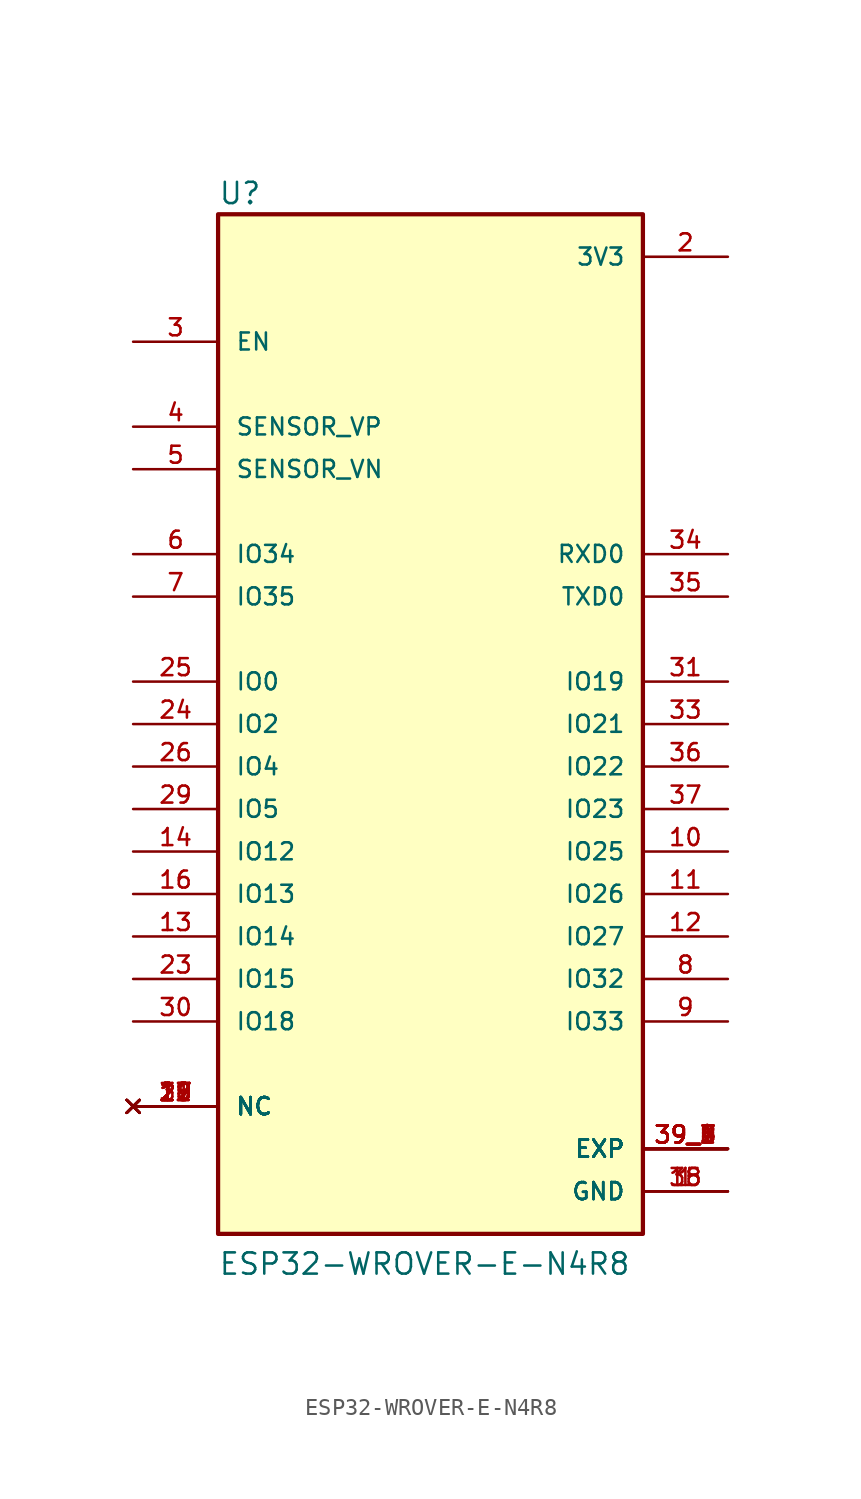
<source format=kicad_sym>
(kicad_symbol_lib
  (version 20211014)
  (generator kicad_symbol_editor)
  (symbol "ESP32-WROVER-E-N4R8"
    (pin_names
      (offset 1.016))
    (property "Reference" "U"
      (at -12.7 30.988 0)
      (effects (font (size 1.27 1.27)) (justify left bottom)))
    (property "Value" "ESP32-WROVER-E-N4R8"
      (at -12.7 -33.02 0)
      (effects (font (size 1.27 1.27)) (justify left bottom)))
    (property "ki_locked" ""
      (at 0 0 0)
      (effects (font (size 1.27 1.27))))
    (symbol "ESP32-WROVER-E-N4R8_0_0"
      (rectangle (start -12.7 -30.48) (end 12.7 30.48) (stroke (width 0.254) (type default) (color 0 0 0 0)) (fill (type background)))
      (pin power_in line (at 17.78 -27.94 180) (length 5.08) (name "GND" (effects (font (size 1.016 1.016)))) (number "1" (effects (font (size 1.016 1.016)))))
      (pin bidirectional line (at 17.78 -7.62 180) (length 5.08) (name "IO25" (effects (font (size 1.016 1.016)))) (number "10" (effects (font (size 1.016 1.016)))))
      (pin bidirectional line (at 17.78 -10.16 180) (length 5.08) (name "IO26" (effects (font (size 1.016 1.016)))) (number "11" (effects (font (size 1.016 1.016)))))
      (pin bidirectional line (at 17.78 -12.7 180) (length 5.08) (name "IO27" (effects (font (size 1.016 1.016)))) (number "12" (effects (font (size 1.016 1.016)))))
      (pin bidirectional line (at -17.78 -12.7 0) (length 5.08) (name "IO14" (effects (font (size 1.016 1.016)))) (number "13" (effects (font (size 1.016 1.016)))))
      (pin bidirectional line (at -17.78 -7.62 0) (length 5.08) (name "IO12" (effects (font (size 1.016 1.016)))) (number "14" (effects (font (size 1.016 1.016)))))
      (pin power_in line (at 17.78 -27.94 180) (length 5.08) (name "GND" (effects (font (size 1.016 1.016)))) (number "15" (effects (font (size 1.016 1.016)))))
      (pin bidirectional line (at -17.78 -10.16 0) (length 5.08) (name "IO13" (effects (font (size 1.016 1.016)))) (number "16" (effects (font (size 1.016 1.016)))))
      (pin no_connect line (at -17.78 -22.86 0) (length 5.08) (name "NC" (effects (font (size 1.016 1.016)))) (number "17" (effects (font (size 1.016 1.016)))))
      (pin no_connect line (at -17.78 -22.86 0) (length 5.08) (name "NC" (effects (font (size 1.016 1.016)))) (number "18" (effects (font (size 1.016 1.016)))))
      (pin no_connect line (at -17.78 -22.86 0) (length 5.08) (name "NC" (effects (font (size 1.016 1.016)))) (number "19" (effects (font (size 1.016 1.016)))))
      (pin power_in line (at 17.78 27.94 180) (length 5.08) (name "3V3" (effects (font (size 1.016 1.016)))) (number "2" (effects (font (size 1.016 1.016)))))
      (pin no_connect line (at -17.78 -22.86 0) (length 5.08) (name "NC" (effects (font (size 1.016 1.016)))) (number "20" (effects (font (size 1.016 1.016)))))
      (pin no_connect line (at -17.78 -22.86 0) (length 5.08) (name "NC" (effects (font (size 1.016 1.016)))) (number "21" (effects (font (size 1.016 1.016)))))
      (pin no_connect line (at -17.78 -22.86 0) (length 5.08) (name "NC" (effects (font (size 1.016 1.016)))) (number "22" (effects (font (size 1.016 1.016)))))
      (pin bidirectional line (at -17.78 -15.24 0) (length 5.08) (name "IO15" (effects (font (size 1.016 1.016)))) (number "23" (effects (font (size 1.016 1.016)))))
      (pin bidirectional line (at -17.78 0 0) (length 5.08) (name "IO2" (effects (font (size 1.016 1.016)))) (number "24" (effects (font (size 1.016 1.016)))))
      (pin bidirectional line (at -17.78 2.54 0) (length 5.08) (name "IO0" (effects (font (size 1.016 1.016)))) (number "25" (effects (font (size 1.016 1.016)))))
      (pin bidirectional line (at -17.78 -2.54 0) (length 5.08) (name "IO4" (effects (font (size 1.016 1.016)))) (number "26" (effects (font (size 1.016 1.016)))))
      (pin no_connect line (at -17.78 -22.86 0) (length 5.08) (name "NC" (effects (font (size 1.016 1.016)))) (number "27" (effects (font (size 1.016 1.016)))))
      (pin no_connect line (at -17.78 -22.86 0) (length 5.08) (name "NC" (effects (font (size 1.016 1.016)))) (number "28" (effects (font (size 1.016 1.016)))))
      (pin bidirectional line (at -17.78 -5.08 0) (length 5.08) (name "IO5" (effects (font (size 1.016 1.016)))) (number "29" (effects (font (size 1.016 1.016)))))
      (pin input line (at -17.78 22.86 0) (length 5.08) (name "EN" (effects (font (size 1.016 1.016)))) (number "3" (effects (font (size 1.016 1.016)))))
      (pin bidirectional line (at -17.78 -17.78 0) (length 5.08) (name "IO18" (effects (font (size 1.016 1.016)))) (number "30" (effects (font (size 1.016 1.016)))))
      (pin bidirectional line (at 17.78 2.54 180) (length 5.08) (name "IO19" (effects (font (size 1.016 1.016)))) (number "31" (effects (font (size 1.016 1.016)))))
      (pin no_connect line (at -17.78 -22.86 0) (length 5.08) (name "NC" (effects (font (size 1.016 1.016)))) (number "32" (effects (font (size 1.016 1.016)))))
      (pin bidirectional line (at 17.78 0 180) (length 5.08) (name "IO21" (effects (font (size 1.016 1.016)))) (number "33" (effects (font (size 1.016 1.016)))))
      (pin bidirectional line (at 17.78 10.16 180) (length 5.08) (name "RXD0" (effects (font (size 1.016 1.016)))) (number "34" (effects (font (size 1.016 1.016)))))
      (pin bidirectional line (at 17.78 7.62 180) (length 5.08) (name "TXD0" (effects (font (size 1.016 1.016)))) (number "35" (effects (font (size 1.016 1.016)))))
      (pin bidirectional line (at 17.78 -2.54 180) (length 5.08) (name "IO22" (effects (font (size 1.016 1.016)))) (number "36" (effects (font (size 1.016 1.016)))))
      (pin bidirectional line (at 17.78 -5.08 180) (length 5.08) (name "IO23" (effects (font (size 1.016 1.016)))) (number "37" (effects (font (size 1.016 1.016)))))
      (pin power_in line (at 17.78 -27.94 180) (length 5.08) (name "GND" (effects (font (size 1.016 1.016)))) (number "38" (effects (font (size 1.016 1.016)))))
      (pin power_in line (at 17.78 -25.4 180) (length 5.08) (name "EXP" (effects (font (size 1.016 1.016)))) (number "39_1" (effects (font (size 1.016 1.016)))))
      (pin power_in line (at 17.78 -25.4 180) (length 5.08) (name "EXP" (effects (font (size 1.016 1.016)))) (number "39_2" (effects (font (size 1.016 1.016)))))
      (pin power_in line (at 17.78 -25.4 180) (length 5.08) (name "EXP" (effects (font (size 1.016 1.016)))) (number "39_3" (effects (font (size 1.016 1.016)))))
      (pin power_in line (at 17.78 -25.4 180) (length 5.08) (name "EXP" (effects (font (size 1.016 1.016)))) (number "39_4" (effects (font (size 1.016 1.016)))))
      (pin power_in line (at 17.78 -25.4 180) (length 5.08) (name "EXP" (effects (font (size 1.016 1.016)))) (number "39_5" (effects (font (size 1.016 1.016)))))
      (pin power_in line (at 17.78 -25.4 180) (length 5.08) (name "EXP" (effects (font (size 1.016 1.016)))) (number "39_6" (effects (font (size 1.016 1.016)))))
      (pin power_in line (at 17.78 -25.4 180) (length 5.08) (name "EXP" (effects (font (size 1.016 1.016)))) (number "39_7" (effects (font (size 1.016 1.016)))))
      (pin power_in line (at 17.78 -25.4 180) (length 5.08) (name "EXP" (effects (font (size 1.016 1.016)))) (number "39_8" (effects (font (size 1.016 1.016)))))
      (pin power_in line (at 17.78 -25.4 180) (length 5.08) (name "EXP" (effects (font (size 1.016 1.016)))) (number "39_9" (effects (font (size 1.016 1.016)))))
      (pin input line (at -17.78 17.78 0) (length 5.08) (name "SENSOR_VP" (effects (font (size 1.016 1.016)))) (number "4" (effects (font (size 1.016 1.016)))))
      (pin input line (at -17.78 15.24 0) (length 5.08) (name "SENSOR_VN" (effects (font (size 1.016 1.016)))) (number "5" (effects (font (size 1.016 1.016)))))
      (pin input line (at -17.78 10.16 0) (length 5.08) (name "IO34" (effects (font (size 1.016 1.016)))) (number "6" (effects (font (size 1.016 1.016)))))
      (pin input line (at -17.78 7.62 0) (length 5.08) (name "IO35" (effects (font (size 1.016 1.016)))) (number "7" (effects (font (size 1.016 1.016)))))
      (pin bidirectional line (at 17.78 -15.24 180) (length 5.08) (name "IO32" (effects (font (size 1.016 1.016)))) (number "8" (effects (font (size 1.016 1.016)))))
      (pin bidirectional line (at 17.78 -17.78 180) (length 5.08) (name "IO33" (effects (font (size 1.016 1.016)))) (number "9" (effects (font (size 1.016 1.016))))))))
</source>
